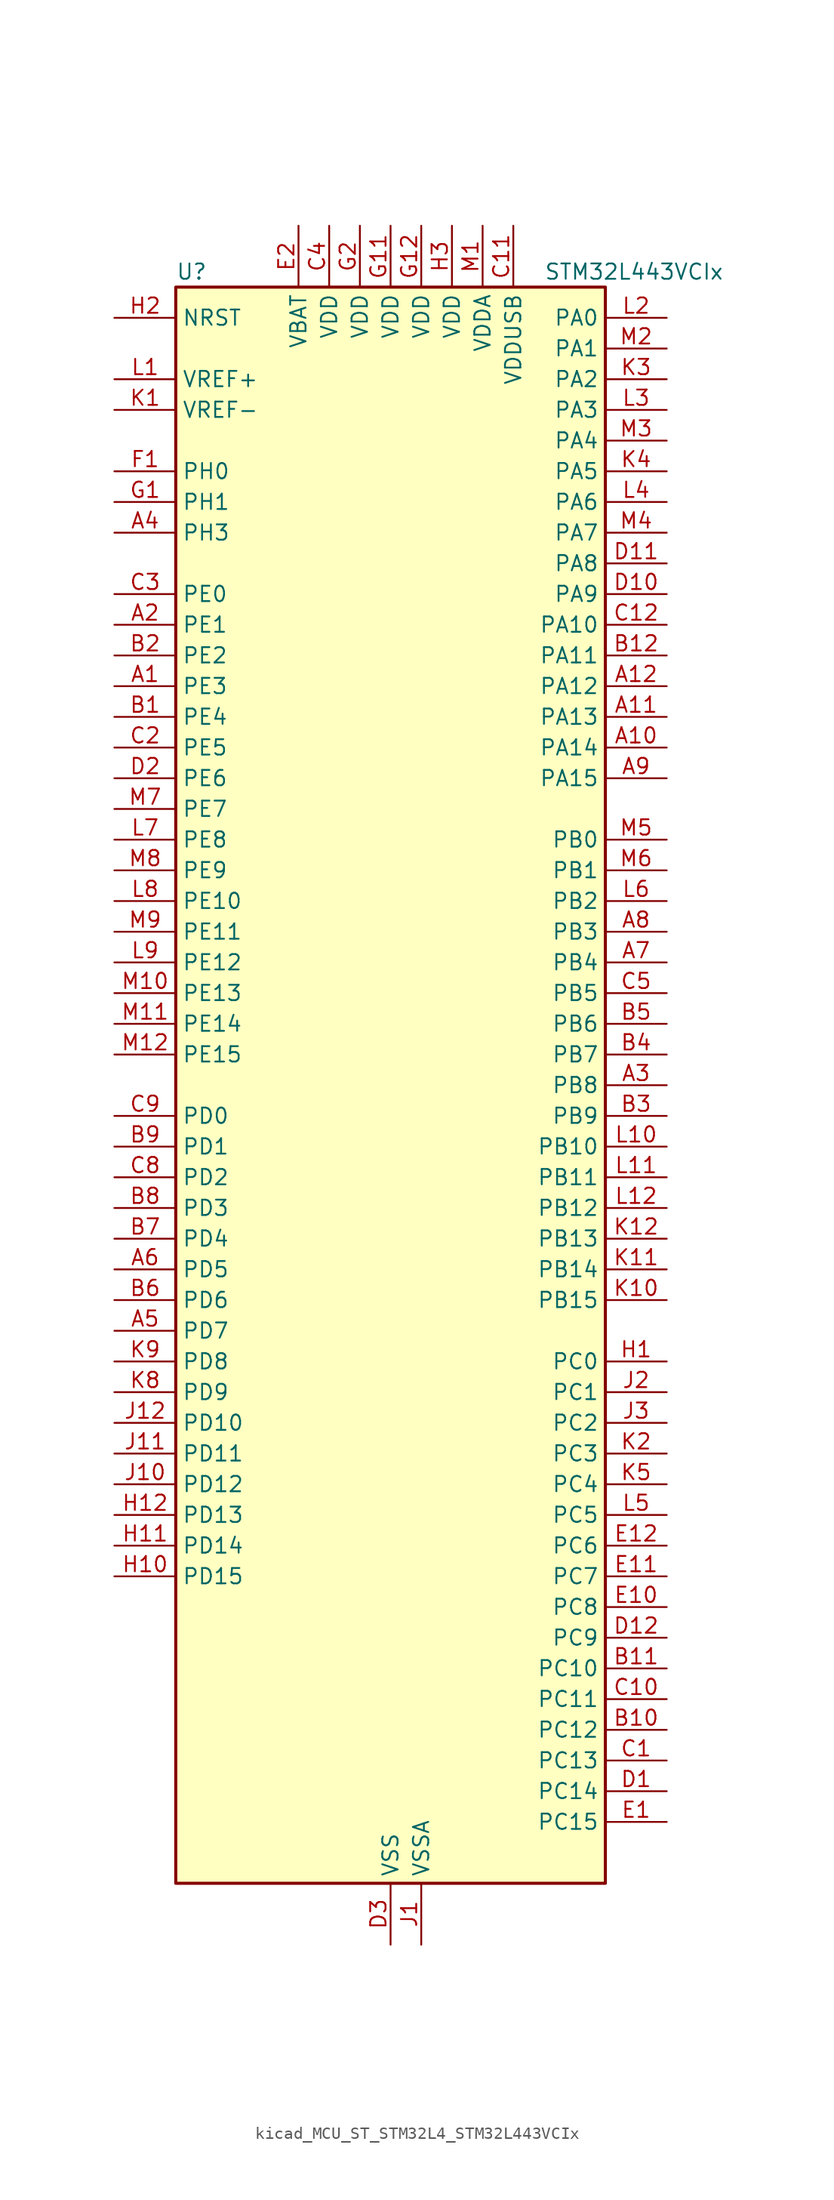
<source format=kicad_sym>
(kicad_symbol_lib
  (version 20220914)
  (generator kicad_symbol_editor)
  (symbol "kicad_MCU_ST_STM32L4_STM32L443VCIx"
    (property "Reference" "U"
      (at -17.78 67.31 0)
      (effects (font (size 1.27 1.27)) (justify left)))
    (property "Value" "STM32L443VCIx"
      (at 12.7 67.31 0)
      (effects (font (size 1.27 1.27)) (justify left)))
    (property "ki_locked" ""
      (at 0 0 0)
      (effects (font (size 1.27 1.27))))
    (symbol "kicad_MCU_ST_STM32L4_STM32L443VCIx_0_1"
      (rectangle (start -17.78 -66.04) (end 17.78 66.04) (stroke (width 0.254) (type default)) (fill (type background))))
    (symbol "kicad_MCU_ST_STM32L4_STM32L443VCIx_1_1"
      (pin bidirectional line (at -22.86 33.02 0) (length 5.08) (name "PE3" (effects (font (size 1.27 1.27)))) (number "A1" (effects (font (size 1.27 1.27)))) (alternate "LCD_SEG39" bidirectional line) (alternate "SAI1_SD_B" bidirectional line) (alternate "SYS_TRACED0" bidirectional line) (alternate "TSC_G7_IO2" bidirectional line))
      (pin bidirectional line (at 22.86 27.94 180) (length 5.08) (name "PA14" (effects (font (size 1.27 1.27)))) (number "A10" (effects (font (size 1.27 1.27)))) (alternate "I2C1_SMBA" bidirectional line) (alternate "LPTIM1_OUT" bidirectional line) (alternate "SAI1_FS_B" bidirectional line) (alternate "SWPMI1_RX" bidirectional line) (alternate "SYS_JTCK-SWCLK" bidirectional line))
      (pin bidirectional line (at 22.86 30.48 180) (length 5.08) (name "PA13" (effects (font (size 1.27 1.27)))) (number "A11" (effects (font (size 1.27 1.27)))) (alternate "IR_OUT" bidirectional line) (alternate "SAI1_SD_B" bidirectional line) (alternate "SWPMI1_TX" bidirectional line) (alternate "SYS_JTMS-SWDIO" bidirectional line) (alternate "USB_NOE" bidirectional line))
      (pin bidirectional line (at 22.86 33.02 180) (length 5.08) (name "PA12" (effects (font (size 1.27 1.27)))) (number "A12" (effects (font (size 1.27 1.27)))) (alternate "CAN1_TX" bidirectional line) (alternate "SPI1_MOSI" bidirectional line) (alternate "TIM1_ETR" bidirectional line) (alternate "USART1_DE" bidirectional line) (alternate "USART1_RTS" bidirectional line) (alternate "USB_DP" bidirectional line))
      (pin bidirectional line (at -22.86 38.1 0) (length 5.08) (name "PE1" (effects (font (size 1.27 1.27)))) (number "A2" (effects (font (size 1.27 1.27)))) (alternate "LCD_SEG37" bidirectional line))
      (pin bidirectional line (at 22.86 0 180) (length 5.08) (name "PB8" (effects (font (size 1.27 1.27)))) (number "A3" (effects (font (size 1.27 1.27)))) (alternate "CAN1_RX" bidirectional line) (alternate "I2C1_SCL" bidirectional line) (alternate "LCD_SEG16" bidirectional line) (alternate "SAI1_MCLK_A" bidirectional line) (alternate "SDMMC1_D4" bidirectional line) (alternate "TIM16_CH1" bidirectional line))
      (pin bidirectional line (at -22.86 45.72 0) (length 5.08) (name "PH3" (effects (font (size 1.27 1.27)))) (number "A4" (effects (font (size 1.27 1.27)))))
      (pin bidirectional line (at -22.86 -20.32 0) (length 5.08) (name "PD7" (effects (font (size 1.27 1.27)))) (number "A5" (effects (font (size 1.27 1.27)))) (alternate "QUADSPI_BK2_IO3" bidirectional line) (alternate "USART2_CK" bidirectional line))
      (pin bidirectional line (at -22.86 -15.24 0) (length 5.08) (name "PD5" (effects (font (size 1.27 1.27)))) (number "A6" (effects (font (size 1.27 1.27)))) (alternate "QUADSPI_BK2_IO1" bidirectional line) (alternate "USART2_TX" bidirectional line))
      (pin bidirectional line (at 22.86 10.16 180) (length 5.08) (name "PB4" (effects (font (size 1.27 1.27)))) (number "A7" (effects (font (size 1.27 1.27)))) (alternate "COMP2_INP" bidirectional line) (alternate "I2C3_SDA" bidirectional line) (alternate "LCD_SEG8" bidirectional line) (alternate "SAI1_MCLK_B" bidirectional line) (alternate "SPI1_MISO" bidirectional line) (alternate "SPI3_MISO" bidirectional line) (alternate "SYS_JTRST" bidirectional line) (alternate "TSC_G2_IO1" bidirectional line) (alternate "USART1_CTS" bidirectional line))
      (pin bidirectional line (at 22.86 12.7 180) (length 5.08) (name "PB3" (effects (font (size 1.27 1.27)))) (number "A8" (effects (font (size 1.27 1.27)))) (alternate "COMP2_INM" bidirectional line) (alternate "LCD_SEG7" bidirectional line) (alternate "SAI1_SCK_B" bidirectional line) (alternate "SPI1_SCK" bidirectional line) (alternate "SPI3_SCK" bidirectional line) (alternate "SYS_JTDO-SWO" bidirectional line) (alternate "TIM2_CH2" bidirectional line) (alternate "USART1_DE" bidirectional line) (alternate "USART1_RTS" bidirectional line))
      (pin bidirectional line (at 22.86 25.4 180) (length 5.08) (name "PA15" (effects (font (size 1.27 1.27)))) (number "A9" (effects (font (size 1.27 1.27)))) (alternate "ADC1_EXTI15" bidirectional line) (alternate "LCD_SEG17" bidirectional line) (alternate "SPI1_NSS" bidirectional line) (alternate "SPI3_NSS" bidirectional line) (alternate "SWPMI1_SUSPEND" bidirectional line) (alternate "SYS_JTDI" bidirectional line) (alternate "TIM2_CH1" bidirectional line) (alternate "TIM2_ETR" bidirectional line) (alternate "TSC_G3_IO1" bidirectional line) (alternate "USART2_RX" bidirectional line) (alternate "USART3_DE" bidirectional line) (alternate "USART3_RTS" bidirectional line))
      (pin bidirectional line (at -22.86 30.48 0) (length 5.08) (name "PE4" (effects (font (size 1.27 1.27)))) (number "B1" (effects (font (size 1.27 1.27)))) (alternate "SAI1_FS_A" bidirectional line) (alternate "SYS_TRACED1" bidirectional line) (alternate "TSC_G7_IO3" bidirectional line))
      (pin bidirectional line (at 22.86 -53.34 180) (length 5.08) (name "PC12" (effects (font (size 1.27 1.27)))) (number "B10" (effects (font (size 1.27 1.27)))) (alternate "LCD_COM6" bidirectional line) (alternate "LCD_SEG30" bidirectional line) (alternate "LCD_SEG42" bidirectional line) (alternate "SDMMC1_CK" bidirectional line) (alternate "SPI3_MOSI" bidirectional line) (alternate "TSC_G3_IO4" bidirectional line) (alternate "USART3_CK" bidirectional line))
      (pin bidirectional line (at 22.86 -48.26 180) (length 5.08) (name "PC10" (effects (font (size 1.27 1.27)))) (number "B11" (effects (font (size 1.27 1.27)))) (alternate "LCD_COM4" bidirectional line) (alternate "LCD_SEG28" bidirectional line) (alternate "LCD_SEG40" bidirectional line) (alternate "SDMMC1_D2" bidirectional line) (alternate "SPI3_SCK" bidirectional line) (alternate "TSC_G3_IO2" bidirectional line) (alternate "USART3_TX" bidirectional line))
      (pin bidirectional line (at 22.86 35.56 180) (length 5.08) (name "PA11" (effects (font (size 1.27 1.27)))) (number "B12" (effects (font (size 1.27 1.27)))) (alternate "ADC1_EXTI11" bidirectional line) (alternate "CAN1_RX" bidirectional line) (alternate "COMP1_OUT" bidirectional line) (alternate "SPI1_MISO" bidirectional line) (alternate "TIM1_BKIN2" bidirectional line) (alternate "TIM1_BKIN2_COMP1" bidirectional line) (alternate "TIM1_CH4" bidirectional line) (alternate "USART1_CTS" bidirectional line) (alternate "USB_DM" bidirectional line))
      (pin bidirectional line (at -22.86 35.56 0) (length 5.08) (name "PE2" (effects (font (size 1.27 1.27)))) (number "B2" (effects (font (size 1.27 1.27)))) (alternate "LCD_SEG38" bidirectional line) (alternate "SAI1_MCLK_A" bidirectional line) (alternate "SYS_TRACECLK" bidirectional line) (alternate "TSC_G7_IO1" bidirectional line))
      (pin bidirectional line (at 22.86 -2.54 180) (length 5.08) (name "PB9" (effects (font (size 1.27 1.27)))) (number "B3" (effects (font (size 1.27 1.27)))) (alternate "CAN1_TX" bidirectional line) (alternate "DAC1_EXTI9" bidirectional line) (alternate "I2C1_SDA" bidirectional line) (alternate "IR_OUT" bidirectional line) (alternate "LCD_COM3" bidirectional line) (alternate "SAI1_FS_A" bidirectional line) (alternate "SDMMC1_D5" bidirectional line) (alternate "SPI2_NSS" bidirectional line))
      (pin bidirectional line (at 22.86 2.54 180) (length 5.08) (name "PB7" (effects (font (size 1.27 1.27)))) (number "B4" (effects (font (size 1.27 1.27)))) (alternate "COMP2_INM" bidirectional line) (alternate "I2C1_SDA" bidirectional line) (alternate "LCD_SEG21" bidirectional line) (alternate "LPTIM1_IN2" bidirectional line) (alternate "SYS_PVD_IN" bidirectional line) (alternate "TSC_G2_IO4" bidirectional line) (alternate "USART1_RX" bidirectional line))
      (pin bidirectional line (at 22.86 5.08 180) (length 5.08) (name "PB6" (effects (font (size 1.27 1.27)))) (number "B5" (effects (font (size 1.27 1.27)))) (alternate "COMP2_INP" bidirectional line) (alternate "I2C1_SCL" bidirectional line) (alternate "LPTIM1_ETR" bidirectional line) (alternate "SAI1_FS_B" bidirectional line) (alternate "TIM16_CH1N" bidirectional line) (alternate "TSC_G2_IO3" bidirectional line) (alternate "USART1_TX" bidirectional line))
      (pin bidirectional line (at -22.86 -17.78 0) (length 5.08) (name "PD6" (effects (font (size 1.27 1.27)))) (number "B6" (effects (font (size 1.27 1.27)))) (alternate "QUADSPI_BK2_IO2" bidirectional line) (alternate "SAI1_SD_A" bidirectional line) (alternate "USART2_RX" bidirectional line))
      (pin bidirectional line (at -22.86 -12.7 0) (length 5.08) (name "PD4" (effects (font (size 1.27 1.27)))) (number "B7" (effects (font (size 1.27 1.27)))) (alternate "QUADSPI_BK2_IO0" bidirectional line) (alternate "SPI2_MOSI" bidirectional line) (alternate "USART2_DE" bidirectional line) (alternate "USART2_RTS" bidirectional line))
      (pin bidirectional line (at -22.86 -10.16 0) (length 5.08) (name "PD3" (effects (font (size 1.27 1.27)))) (number "B8" (effects (font (size 1.27 1.27)))) (alternate "QUADSPI_BK2_NCS" bidirectional line) (alternate "SPI2_MISO" bidirectional line) (alternate "USART2_CTS" bidirectional line))
      (pin bidirectional line (at -22.86 -5.08 0) (length 5.08) (name "PD1" (effects (font (size 1.27 1.27)))) (number "B9" (effects (font (size 1.27 1.27)))) (alternate "CAN1_TX" bidirectional line) (alternate "SPI2_SCK" bidirectional line))
      (pin bidirectional line (at 22.86 -55.88 180) (length 5.08) (name "PC13" (effects (font (size 1.27 1.27)))) (number "C1" (effects (font (size 1.27 1.27)))) (alternate "RTC_OUT_ALARM" bidirectional line) (alternate "RTC_OUT_CALIB" bidirectional line) (alternate "RTC_TAMP1" bidirectional line) (alternate "RTC_TS" bidirectional line) (alternate "SYS_WKUP2" bidirectional line))
      (pin bidirectional line (at 22.86 -50.8 180) (length 5.08) (name "PC11" (effects (font (size 1.27 1.27)))) (number "C10" (effects (font (size 1.27 1.27)))) (alternate "ADC1_EXTI11" bidirectional line) (alternate "LCD_COM5" bidirectional line) (alternate "LCD_SEG29" bidirectional line) (alternate "LCD_SEG41" bidirectional line) (alternate "SDMMC1_D3" bidirectional line) (alternate "SPI3_MISO" bidirectional line) (alternate "TSC_G3_IO3" bidirectional line) (alternate "USART3_RX" bidirectional line))
      (pin power_in line (at 10.16 71.12 270) (length 5.08) (name "VDDUSB" (effects (font (size 1.27 1.27)))) (number "C11" (effects (font (size 1.27 1.27)))))
      (pin bidirectional line (at 22.86 38.1 180) (length 5.08) (name "PA10" (effects (font (size 1.27 1.27)))) (number "C12" (effects (font (size 1.27 1.27)))) (alternate "CRS_SYNC" bidirectional line) (alternate "I2C1_SDA" bidirectional line) (alternate "LCD_COM2" bidirectional line) (alternate "SAI1_SD_A" bidirectional line) (alternate "TIM1_CH3" bidirectional line) (alternate "USART1_RX" bidirectional line))
      (pin bidirectional line (at -22.86 27.94 0) (length 5.08) (name "PE5" (effects (font (size 1.27 1.27)))) (number "C2" (effects (font (size 1.27 1.27)))) (alternate "SAI1_SCK_A" bidirectional line) (alternate "SYS_TRACED2" bidirectional line) (alternate "TSC_G7_IO4" bidirectional line))
      (pin bidirectional line (at -22.86 40.64 0) (length 5.08) (name "PE0" (effects (font (size 1.27 1.27)))) (number "C3" (effects (font (size 1.27 1.27)))) (alternate "LCD_SEG36" bidirectional line) (alternate "TIM16_CH1" bidirectional line))
      (pin power_in line (at -5.08 71.12 270) (length 5.08) (name "VDD" (effects (font (size 1.27 1.27)))) (number "C4" (effects (font (size 1.27 1.27)))))
      (pin bidirectional line (at 22.86 7.62 180) (length 5.08) (name "PB5" (effects (font (size 1.27 1.27)))) (number "C5" (effects (font (size 1.27 1.27)))) (alternate "COMP2_OUT" bidirectional line) (alternate "I2C1_SMBA" bidirectional line) (alternate "LCD_SEG9" bidirectional line) (alternate "LPTIM1_IN1" bidirectional line) (alternate "SAI1_SD_B" bidirectional line) (alternate "SPI1_MOSI" bidirectional line) (alternate "SPI3_MOSI" bidirectional line) (alternate "TIM16_BKIN" bidirectional line) (alternate "TSC_G2_IO2" bidirectional line) (alternate "USART1_CK" bidirectional line))
      (pin bidirectional line (at -22.86 -7.62 0) (length 5.08) (name "PD2" (effects (font (size 1.27 1.27)))) (number "C8" (effects (font (size 1.27 1.27)))) (alternate "LCD_COM7" bidirectional line) (alternate "LCD_SEG31" bidirectional line) (alternate "LCD_SEG43" bidirectional line) (alternate "SDMMC1_CMD" bidirectional line) (alternate "TSC_SYNC" bidirectional line) (alternate "USART3_DE" bidirectional line) (alternate "USART3_RTS" bidirectional line))
      (pin bidirectional line (at -22.86 -2.54 0) (length 5.08) (name "PD0" (effects (font (size 1.27 1.27)))) (number "C9" (effects (font (size 1.27 1.27)))) (alternate "CAN1_RX" bidirectional line) (alternate "SPI2_NSS" bidirectional line))
      (pin bidirectional line (at 22.86 -58.42 180) (length 5.08) (name "PC14" (effects (font (size 1.27 1.27)))) (number "D1" (effects (font (size 1.27 1.27)))) (alternate "RCC_OSC32_IN" bidirectional line))
      (pin bidirectional line (at 22.86 40.64 180) (length 5.08) (name "PA9" (effects (font (size 1.27 1.27)))) (number "D10" (effects (font (size 1.27 1.27)))) (alternate "DAC1_EXTI9" bidirectional line) (alternate "I2C1_SCL" bidirectional line) (alternate "LCD_COM1" bidirectional line) (alternate "SAI1_FS_A" bidirectional line) (alternate "TIM15_BKIN" bidirectional line) (alternate "TIM1_CH2" bidirectional line) (alternate "USART1_TX" bidirectional line))
      (pin bidirectional line (at 22.86 43.18 180) (length 5.08) (name "PA8" (effects (font (size 1.27 1.27)))) (number "D11" (effects (font (size 1.27 1.27)))) (alternate "LCD_COM0" bidirectional line) (alternate "LPTIM2_OUT" bidirectional line) (alternate "RCC_MCO" bidirectional line) (alternate "SAI1_SCK_A" bidirectional line) (alternate "SWPMI1_IO" bidirectional line) (alternate "TIM1_CH1" bidirectional line) (alternate "USART1_CK" bidirectional line))
      (pin bidirectional line (at 22.86 -45.72 180) (length 5.08) (name "PC9" (effects (font (size 1.27 1.27)))) (number "D12" (effects (font (size 1.27 1.27)))) (alternate "DAC1_EXTI9" bidirectional line) (alternate "LCD_SEG27" bidirectional line) (alternate "SDMMC1_D1" bidirectional line) (alternate "TSC_G4_IO4" bidirectional line) (alternate "USB_NOE" bidirectional line))
      (pin bidirectional line (at -22.86 25.4 0) (length 5.08) (name "PE6" (effects (font (size 1.27 1.27)))) (number "D2" (effects (font (size 1.27 1.27)))) (alternate "RTC_TAMP3" bidirectional line) (alternate "SAI1_SD_A" bidirectional line) (alternate "SYS_TRACED3" bidirectional line) (alternate "SYS_WKUP3" bidirectional line))
      (pin power_in line (at 0 -71.12 90) (length 5.08) (name "VSS" (effects (font (size 1.27 1.27)))) (number "D3" (effects (font (size 1.27 1.27)))))
      (pin bidirectional line (at 22.86 -60.96 180) (length 5.08) (name "PC15" (effects (font (size 1.27 1.27)))) (number "E1" (effects (font (size 1.27 1.27)))) (alternate "ADC1_EXTI15" bidirectional line) (alternate "RCC_OSC32_OUT" bidirectional line))
      (pin bidirectional line (at 22.86 -43.18 180) (length 5.08) (name "PC8" (effects (font (size 1.27 1.27)))) (number "E10" (effects (font (size 1.27 1.27)))) (alternate "LCD_SEG26" bidirectional line) (alternate "SDMMC1_D0" bidirectional line) (alternate "TSC_G4_IO3" bidirectional line))
      (pin bidirectional line (at 22.86 -40.64 180) (length 5.08) (name "PC7" (effects (font (size 1.27 1.27)))) (number "E11" (effects (font (size 1.27 1.27)))) (alternate "LCD_SEG25" bidirectional line) (alternate "SDMMC1_D7" bidirectional line) (alternate "TSC_G4_IO2" bidirectional line))
      (pin bidirectional line (at 22.86 -38.1 180) (length 5.08) (name "PC6" (effects (font (size 1.27 1.27)))) (number "E12" (effects (font (size 1.27 1.27)))) (alternate "LCD_SEG24" bidirectional line) (alternate "SDMMC1_D6" bidirectional line) (alternate "TSC_G4_IO1" bidirectional line))
      (pin power_in line (at -7.62 71.12 270) (length 5.08) (name "VBAT" (effects (font (size 1.27 1.27)))) (number "E2" (effects (font (size 1.27 1.27)))))
      (pin passive line (at 0 -71.12 90) (length 5.08) hide (name "VSS" (effects (font (size 1.27 1.27)))) (number "E3" (effects (font (size 1.27 1.27)))))
      (pin bidirectional line (at -22.86 50.8 0) (length 5.08) (name "PH0" (effects (font (size 1.27 1.27)))) (number "F1" (effects (font (size 1.27 1.27)))) (alternate "RCC_OSC_IN" bidirectional line))
      (pin passive line (at 0 -71.12 90) (length 5.08) hide (name "VSS" (effects (font (size 1.27 1.27)))) (number "F11" (effects (font (size 1.27 1.27)))))
      (pin passive line (at 0 -71.12 90) (length 5.08) hide (name "VSS" (effects (font (size 1.27 1.27)))) (number "F12" (effects (font (size 1.27 1.27)))))
      (pin passive line (at 0 -71.12 90) (length 5.08) hide (name "VSS" (effects (font (size 1.27 1.27)))) (number "F2" (effects (font (size 1.27 1.27)))))
      (pin bidirectional line (at -22.86 48.26 0) (length 5.08) (name "PH1" (effects (font (size 1.27 1.27)))) (number "G1" (effects (font (size 1.27 1.27)))) (alternate "RCC_OSC_OUT" bidirectional line))
      (pin power_in line (at 0 71.12 270) (length 5.08) (name "VDD" (effects (font (size 1.27 1.27)))) (number "G11" (effects (font (size 1.27 1.27)))))
      (pin power_in line (at 2.54 71.12 270) (length 5.08) (name "VDD" (effects (font (size 1.27 1.27)))) (number "G12" (effects (font (size 1.27 1.27)))))
      (pin power_in line (at -2.54 71.12 270) (length 5.08) (name "VDD" (effects (font (size 1.27 1.27)))) (number "G2" (effects (font (size 1.27 1.27)))))
      (pin bidirectional line (at 22.86 -22.86 180) (length 5.08) (name "PC0" (effects (font (size 1.27 1.27)))) (number "H1" (effects (font (size 1.27 1.27)))) (alternate "ADC1_IN1" bidirectional line) (alternate "I2C3_SCL" bidirectional line) (alternate "LCD_SEG18" bidirectional line) (alternate "LPTIM1_IN1" bidirectional line) (alternate "LPTIM2_IN1" bidirectional line) (alternate "LPUART1_RX" bidirectional line))
      (pin bidirectional line (at -22.86 -40.64 0) (length 5.08) (name "PD15" (effects (font (size 1.27 1.27)))) (number "H10" (effects (font (size 1.27 1.27)))) (alternate "ADC1_EXTI15" bidirectional line) (alternate "LCD_SEG35" bidirectional line))
      (pin bidirectional line (at -22.86 -38.1 0) (length 5.08) (name "PD14" (effects (font (size 1.27 1.27)))) (number "H11" (effects (font (size 1.27 1.27)))) (alternate "LCD_SEG34" bidirectional line))
      (pin bidirectional line (at -22.86 -35.56 0) (length 5.08) (name "PD13" (effects (font (size 1.27 1.27)))) (number "H12" (effects (font (size 1.27 1.27)))) (alternate "LCD_SEG33" bidirectional line) (alternate "LPTIM2_OUT" bidirectional line) (alternate "TSC_G6_IO4" bidirectional line))
      (pin input line (at -22.86 63.5 0) (length 5.08) (name "NRST" (effects (font (size 1.27 1.27)))) (number "H2" (effects (font (size 1.27 1.27)))))
      (pin power_in line (at 5.08 71.12 270) (length 5.08) (name "VDD" (effects (font (size 1.27 1.27)))) (number "H3" (effects (font (size 1.27 1.27)))))
      (pin power_in line (at 2.54 -71.12 90) (length 5.08) (name "VSSA" (effects (font (size 1.27 1.27)))) (number "J1" (effects (font (size 1.27 1.27)))))
      (pin bidirectional line (at -22.86 -33.02 0) (length 5.08) (name "PD12" (effects (font (size 1.27 1.27)))) (number "J10" (effects (font (size 1.27 1.27)))) (alternate "LCD_SEG32" bidirectional line) (alternate "LPTIM2_IN1" bidirectional line) (alternate "TSC_G6_IO3" bidirectional line) (alternate "USART3_DE" bidirectional line) (alternate "USART3_RTS" bidirectional line))
      (pin bidirectional line (at -22.86 -30.48 0) (length 5.08) (name "PD11" (effects (font (size 1.27 1.27)))) (number "J11" (effects (font (size 1.27 1.27)))) (alternate "ADC1_EXTI11" bidirectional line) (alternate "LCD_SEG31" bidirectional line) (alternate "LPTIM2_ETR" bidirectional line) (alternate "TSC_G6_IO2" bidirectional line) (alternate "USART3_CTS" bidirectional line))
      (pin bidirectional line (at -22.86 -27.94 0) (length 5.08) (name "PD10" (effects (font (size 1.27 1.27)))) (number "J12" (effects (font (size 1.27 1.27)))) (alternate "LCD_SEG30" bidirectional line) (alternate "TSC_G6_IO1" bidirectional line) (alternate "USART3_CK" bidirectional line))
      (pin bidirectional line (at 22.86 -25.4 180) (length 5.08) (name "PC1" (effects (font (size 1.27 1.27)))) (number "J2" (effects (font (size 1.27 1.27)))) (alternate "ADC1_IN2" bidirectional line) (alternate "I2C3_SDA" bidirectional line) (alternate "LCD_SEG19" bidirectional line) (alternate "LPTIM1_OUT" bidirectional line) (alternate "LPUART1_TX" bidirectional line))
      (pin bidirectional line (at 22.86 -27.94 180) (length 5.08) (name "PC2" (effects (font (size 1.27 1.27)))) (number "J3" (effects (font (size 1.27 1.27)))) (alternate "ADC1_IN3" bidirectional line) (alternate "LCD_SEG20" bidirectional line) (alternate "LPTIM1_IN2" bidirectional line) (alternate "SPI2_MISO" bidirectional line))
      (pin input line (at -22.86 55.88 0) (length 5.08) (name "VREF-" (effects (font (size 1.27 1.27)))) (number "K1" (effects (font (size 1.27 1.27)))))
      (pin bidirectional line (at 22.86 -17.78 180) (length 5.08) (name "PB15" (effects (font (size 1.27 1.27)))) (number "K10" (effects (font (size 1.27 1.27)))) (alternate "ADC1_EXTI15" bidirectional line) (alternate "LCD_SEG15" bidirectional line) (alternate "RTC_REFIN" bidirectional line) (alternate "SAI1_SD_A" bidirectional line) (alternate "SPI2_MOSI" bidirectional line) (alternate "SWPMI1_SUSPEND" bidirectional line) (alternate "TIM15_CH2" bidirectional line) (alternate "TIM1_CH3N" bidirectional line) (alternate "TSC_G1_IO4" bidirectional line))
      (pin bidirectional line (at 22.86 -15.24 180) (length 5.08) (name "PB14" (effects (font (size 1.27 1.27)))) (number "K11" (effects (font (size 1.27 1.27)))) (alternate "I2C2_SDA" bidirectional line) (alternate "LCD_SEG14" bidirectional line) (alternate "SAI1_MCLK_A" bidirectional line) (alternate "SPI2_MISO" bidirectional line) (alternate "SWPMI1_RX" bidirectional line) (alternate "TIM15_CH1" bidirectional line) (alternate "TIM1_CH2N" bidirectional line) (alternate "TSC_G1_IO3" bidirectional line) (alternate "USART3_DE" bidirectional line) (alternate "USART3_RTS" bidirectional line))
      (pin bidirectional line (at 22.86 -12.7 180) (length 5.08) (name "PB13" (effects (font (size 1.27 1.27)))) (number "K12" (effects (font (size 1.27 1.27)))) (alternate "I2C2_SCL" bidirectional line) (alternate "LCD_SEG13" bidirectional line) (alternate "LPUART1_CTS" bidirectional line) (alternate "SAI1_SCK_A" bidirectional line) (alternate "SPI2_SCK" bidirectional line) (alternate "SWPMI1_TX" bidirectional line) (alternate "TIM15_CH1N" bidirectional line) (alternate "TIM1_CH1N" bidirectional line) (alternate "TSC_G1_IO2" bidirectional line) (alternate "USART3_CTS" bidirectional line))
      (pin bidirectional line (at 22.86 -30.48 180) (length 5.08) (name "PC3" (effects (font (size 1.27 1.27)))) (number "K2" (effects (font (size 1.27 1.27)))) (alternate "ADC1_IN4" bidirectional line) (alternate "LCD_VLCD" bidirectional line) (alternate "LPTIM1_ETR" bidirectional line) (alternate "LPTIM2_ETR" bidirectional line) (alternate "SAI1_SD_A" bidirectional line) (alternate "SPI2_MOSI" bidirectional line))
      (pin bidirectional line (at 22.86 58.42 180) (length 5.08) (name "PA2" (effects (font (size 1.27 1.27)))) (number "K3" (effects (font (size 1.27 1.27)))) (alternate "ADC1_IN7" bidirectional line) (alternate "COMP2_INM" bidirectional line) (alternate "COMP2_OUT" bidirectional line) (alternate "LCD_SEG1" bidirectional line) (alternate "LPUART1_TX" bidirectional line) (alternate "QUADSPI_BK1_NCS" bidirectional line) (alternate "RCC_LSCO" bidirectional line) (alternate "SYS_WKUP4" bidirectional line) (alternate "TIM15_CH1" bidirectional line) (alternate "TIM2_CH3" bidirectional line) (alternate "USART2_TX" bidirectional line))
      (pin bidirectional line (at 22.86 50.8 180) (length 5.08) (name "PA5" (effects (font (size 1.27 1.27)))) (number "K4" (effects (font (size 1.27 1.27)))) (alternate "ADC1_IN10" bidirectional line) (alternate "COMP1_INM" bidirectional line) (alternate "COMP2_INM" bidirectional line) (alternate "DAC1_OUT2" bidirectional line) (alternate "LPTIM2_ETR" bidirectional line) (alternate "SPI1_SCK" bidirectional line) (alternate "TIM2_CH1" bidirectional line) (alternate "TIM2_ETR" bidirectional line))
      (pin bidirectional line (at 22.86 -33.02 180) (length 5.08) (name "PC4" (effects (font (size 1.27 1.27)))) (number "K5" (effects (font (size 1.27 1.27)))) (alternate "ADC1_IN13" bidirectional line) (alternate "COMP1_INM" bidirectional line) (alternate "LCD_SEG22" bidirectional line) (alternate "USART3_TX" bidirectional line))
      (pin bidirectional line (at -22.86 -25.4 0) (length 5.08) (name "PD9" (effects (font (size 1.27 1.27)))) (number "K8" (effects (font (size 1.27 1.27)))) (alternate "DAC1_EXTI9" bidirectional line) (alternate "LCD_SEG29" bidirectional line) (alternate "USART3_RX" bidirectional line))
      (pin bidirectional line (at -22.86 -22.86 0) (length 5.08) (name "PD8" (effects (font (size 1.27 1.27)))) (number "K9" (effects (font (size 1.27 1.27)))) (alternate "LCD_SEG28" bidirectional line) (alternate "USART3_TX" bidirectional line))
      (pin input line (at -22.86 58.42 0) (length 5.08) (name "VREF+" (effects (font (size 1.27 1.27)))) (number "L1" (effects (font (size 1.27 1.27)))) (alternate "VREFBUF_OUT" bidirectional line))
      (pin bidirectional line (at 22.86 -5.08 180) (length 5.08) (name "PB10" (effects (font (size 1.27 1.27)))) (number "L10" (effects (font (size 1.27 1.27)))) (alternate "COMP1_OUT" bidirectional line) (alternate "I2C2_SCL" bidirectional line) (alternate "LCD_SEG10" bidirectional line) (alternate "LPUART1_RX" bidirectional line) (alternate "QUADSPI_CLK" bidirectional line) (alternate "SAI1_SCK_A" bidirectional line) (alternate "SPI2_SCK" bidirectional line) (alternate "TIM2_CH3" bidirectional line) (alternate "TSC_SYNC" bidirectional line) (alternate "USART3_TX" bidirectional line))
      (pin bidirectional line (at 22.86 -7.62 180) (length 5.08) (name "PB11" (effects (font (size 1.27 1.27)))) (number "L11" (effects (font (size 1.27 1.27)))) (alternate "ADC1_EXTI11" bidirectional line) (alternate "COMP2_OUT" bidirectional line) (alternate "I2C2_SDA" bidirectional line) (alternate "LCD_SEG11" bidirectional line) (alternate "LPUART1_TX" bidirectional line) (alternate "QUADSPI_BK1_NCS" bidirectional line) (alternate "TIM2_CH4" bidirectional line) (alternate "USART3_RX" bidirectional line))
      (pin bidirectional line (at 22.86 -10.16 180) (length 5.08) (name "PB12" (effects (font (size 1.27 1.27)))) (number "L12" (effects (font (size 1.27 1.27)))) (alternate "I2C2_SMBA" bidirectional line) (alternate "LCD_SEG12" bidirectional line) (alternate "LPUART1_DE" bidirectional line) (alternate "LPUART1_RTS" bidirectional line) (alternate "SAI1_FS_A" bidirectional line) (alternate "SPI2_NSS" bidirectional line) (alternate "SWPMI1_IO" bidirectional line) (alternate "TIM15_BKIN" bidirectional line) (alternate "TIM1_BKIN" bidirectional line) (alternate "TIM1_BKIN_COMP2" bidirectional line) (alternate "TSC_G1_IO1" bidirectional line) (alternate "USART3_CK" bidirectional line))
      (pin bidirectional line (at 22.86 63.5 180) (length 5.08) (name "PA0" (effects (font (size 1.27 1.27)))) (number "L2" (effects (font (size 1.27 1.27)))) (alternate "ADC1_IN5" bidirectional line) (alternate "COMP1_INM" bidirectional line) (alternate "COMP1_OUT" bidirectional line) (alternate "OPAMP1_VINP" bidirectional line) (alternate "RTC_TAMP2" bidirectional line) (alternate "SAI1_EXTCLK" bidirectional line) (alternate "SYS_WKUP1" bidirectional line) (alternate "TIM2_CH1" bidirectional line) (alternate "TIM2_ETR" bidirectional line) (alternate "USART2_CTS" bidirectional line))
      (pin bidirectional line (at 22.86 55.88 180) (length 5.08) (name "PA3" (effects (font (size 1.27 1.27)))) (number "L3" (effects (font (size 1.27 1.27)))) (alternate "ADC1_IN8" bidirectional line) (alternate "COMP2_INP" bidirectional line) (alternate "LCD_SEG2" bidirectional line) (alternate "LPUART1_RX" bidirectional line) (alternate "OPAMP1_VOUT" bidirectional line) (alternate "QUADSPI_CLK" bidirectional line) (alternate "SAI1_MCLK_A" bidirectional line) (alternate "TIM15_CH2" bidirectional line) (alternate "TIM2_CH4" bidirectional line) (alternate "USART2_RX" bidirectional line))
      (pin bidirectional line (at 22.86 48.26 180) (length 5.08) (name "PA6" (effects (font (size 1.27 1.27)))) (number "L4" (effects (font (size 1.27 1.27)))) (alternate "ADC1_IN11" bidirectional line) (alternate "COMP1_OUT" bidirectional line) (alternate "LCD_SEG3" bidirectional line) (alternate "LPUART1_CTS" bidirectional line) (alternate "QUADSPI_BK1_IO3" bidirectional line) (alternate "SPI1_MISO" bidirectional line) (alternate "TIM16_CH1" bidirectional line) (alternate "TIM1_BKIN" bidirectional line) (alternate "TIM1_BKIN_COMP2" bidirectional line) (alternate "USART3_CTS" bidirectional line))
      (pin bidirectional line (at 22.86 -35.56 180) (length 5.08) (name "PC5" (effects (font (size 1.27 1.27)))) (number "L5" (effects (font (size 1.27 1.27)))) (alternate "ADC1_IN14" bidirectional line) (alternate "COMP1_INP" bidirectional line) (alternate "LCD_SEG23" bidirectional line) (alternate "SYS_WKUP5" bidirectional line) (alternate "USART3_RX" bidirectional line))
      (pin bidirectional line (at 22.86 15.24 180) (length 5.08) (name "PB2" (effects (font (size 1.27 1.27)))) (number "L6" (effects (font (size 1.27 1.27)))) (alternate "COMP1_INP" bidirectional line) (alternate "I2C3_SMBA" bidirectional line) (alternate "LCD_VLCD" bidirectional line) (alternate "LPTIM1_OUT" bidirectional line) (alternate "RTC_OUT_ALARM" bidirectional line) (alternate "RTC_OUT_CALIB" bidirectional line))
      (pin bidirectional line (at -22.86 20.32 0) (length 5.08) (name "PE8" (effects (font (size 1.27 1.27)))) (number "L7" (effects (font (size 1.27 1.27)))) (alternate "SAI1_SCK_B" bidirectional line) (alternate "TIM1_CH1N" bidirectional line))
      (pin bidirectional line (at -22.86 15.24 0) (length 5.08) (name "PE10" (effects (font (size 1.27 1.27)))) (number "L8" (effects (font (size 1.27 1.27)))) (alternate "QUADSPI_CLK" bidirectional line) (alternate "SAI1_MCLK_B" bidirectional line) (alternate "TIM1_CH2N" bidirectional line) (alternate "TSC_G5_IO1" bidirectional line))
      (pin bidirectional line (at -22.86 10.16 0) (length 5.08) (name "PE12" (effects (font (size 1.27 1.27)))) (number "L9" (effects (font (size 1.27 1.27)))) (alternate "QUADSPI_BK1_IO0" bidirectional line) (alternate "SPI1_NSS" bidirectional line) (alternate "TIM1_CH3N" bidirectional line) (alternate "TSC_G5_IO3" bidirectional line))
      (pin power_in line (at 7.62 71.12 270) (length 5.08) (name "VDDA" (effects (font (size 1.27 1.27)))) (number "M1" (effects (font (size 1.27 1.27)))))
      (pin bidirectional line (at -22.86 7.62 0) (length 5.08) (name "PE13" (effects (font (size 1.27 1.27)))) (number "M10" (effects (font (size 1.27 1.27)))) (alternate "QUADSPI_BK1_IO1" bidirectional line) (alternate "SPI1_SCK" bidirectional line) (alternate "TIM1_CH3" bidirectional line) (alternate "TSC_G5_IO4" bidirectional line))
      (pin bidirectional line (at -22.86 5.08 0) (length 5.08) (name "PE14" (effects (font (size 1.27 1.27)))) (number "M11" (effects (font (size 1.27 1.27)))) (alternate "QUADSPI_BK1_IO2" bidirectional line) (alternate "SPI1_MISO" bidirectional line) (alternate "TIM1_BKIN2" bidirectional line) (alternate "TIM1_BKIN2_COMP2" bidirectional line) (alternate "TIM1_CH4" bidirectional line))
      (pin bidirectional line (at -22.86 2.54 0) (length 5.08) (name "PE15" (effects (font (size 1.27 1.27)))) (number "M12" (effects (font (size 1.27 1.27)))) (alternate "ADC1_EXTI15" bidirectional line) (alternate "QUADSPI_BK1_IO3" bidirectional line) (alternate "SPI1_MOSI" bidirectional line) (alternate "TIM1_BKIN" bidirectional line) (alternate "TIM1_BKIN_COMP1" bidirectional line))
      (pin bidirectional line (at 22.86 60.96 180) (length 5.08) (name "PA1" (effects (font (size 1.27 1.27)))) (number "M2" (effects (font (size 1.27 1.27)))) (alternate "ADC1_IN6" bidirectional line) (alternate "COMP1_INP" bidirectional line) (alternate "I2C1_SMBA" bidirectional line) (alternate "LCD_SEG0" bidirectional line) (alternate "OPAMP1_VINM" bidirectional line) (alternate "SPI1_SCK" bidirectional line) (alternate "TIM15_CH1N" bidirectional line) (alternate "TIM2_CH2" bidirectional line) (alternate "USART2_DE" bidirectional line) (alternate "USART2_RTS" bidirectional line))
      (pin bidirectional line (at 22.86 53.34 180) (length 5.08) (name "PA4" (effects (font (size 1.27 1.27)))) (number "M3" (effects (font (size 1.27 1.27)))) (alternate "ADC1_IN9" bidirectional line) (alternate "COMP1_INM" bidirectional line) (alternate "COMP2_INM" bidirectional line) (alternate "DAC1_OUT1" bidirectional line) (alternate "LPTIM2_OUT" bidirectional line) (alternate "SAI1_FS_B" bidirectional line) (alternate "SPI1_NSS" bidirectional line) (alternate "SPI3_NSS" bidirectional line) (alternate "USART2_CK" bidirectional line))
      (pin bidirectional line (at 22.86 45.72 180) (length 5.08) (name "PA7" (effects (font (size 1.27 1.27)))) (number "M4" (effects (font (size 1.27 1.27)))) (alternate "ADC1_IN12" bidirectional line) (alternate "COMP2_OUT" bidirectional line) (alternate "I2C3_SCL" bidirectional line) (alternate "LCD_SEG4" bidirectional line) (alternate "QUADSPI_BK1_IO2" bidirectional line) (alternate "SPI1_MOSI" bidirectional line) (alternate "TIM1_CH1N" bidirectional line))
      (pin bidirectional line (at 22.86 20.32 180) (length 5.08) (name "PB0" (effects (font (size 1.27 1.27)))) (number "M5" (effects (font (size 1.27 1.27)))) (alternate "ADC1_IN15" bidirectional line) (alternate "COMP1_OUT" bidirectional line) (alternate "LCD_SEG5" bidirectional line) (alternate "QUADSPI_BK1_IO1" bidirectional line) (alternate "SAI1_EXTCLK" bidirectional line) (alternate "SPI1_NSS" bidirectional line) (alternate "TIM1_CH2N" bidirectional line) (alternate "USART3_CK" bidirectional line))
      (pin bidirectional line (at 22.86 17.78 180) (length 5.08) (name "PB1" (effects (font (size 1.27 1.27)))) (number "M6" (effects (font (size 1.27 1.27)))) (alternate "ADC1_IN16" bidirectional line) (alternate "COMP1_INM" bidirectional line) (alternate "LCD_SEG6" bidirectional line) (alternate "LPTIM2_IN1" bidirectional line) (alternate "LPUART1_DE" bidirectional line) (alternate "LPUART1_RTS" bidirectional line) (alternate "QUADSPI_BK1_IO0" bidirectional line) (alternate "TIM1_CH3N" bidirectional line) (alternate "USART3_DE" bidirectional line) (alternate "USART3_RTS" bidirectional line))
      (pin bidirectional line (at -22.86 22.86 0) (length 5.08) (name "PE7" (effects (font (size 1.27 1.27)))) (number "M7" (effects (font (size 1.27 1.27)))) (alternate "SAI1_SD_B" bidirectional line) (alternate "TIM1_ETR" bidirectional line))
      (pin bidirectional line (at -22.86 17.78 0) (length 5.08) (name "PE9" (effects (font (size 1.27 1.27)))) (number "M8" (effects (font (size 1.27 1.27)))) (alternate "DAC1_EXTI9" bidirectional line) (alternate "SAI1_FS_B" bidirectional line) (alternate "TIM1_CH1" bidirectional line))
      (pin bidirectional line (at -22.86 12.7 0) (length 5.08) (name "PE11" (effects (font (size 1.27 1.27)))) (number "M9" (effects (font (size 1.27 1.27)))) (alternate "ADC1_EXTI11" bidirectional line) (alternate "QUADSPI_BK1_NCS" bidirectional line) (alternate "TIM1_CH2" bidirectional line) (alternate "TSC_G5_IO2" bidirectional line)))))
</source>
